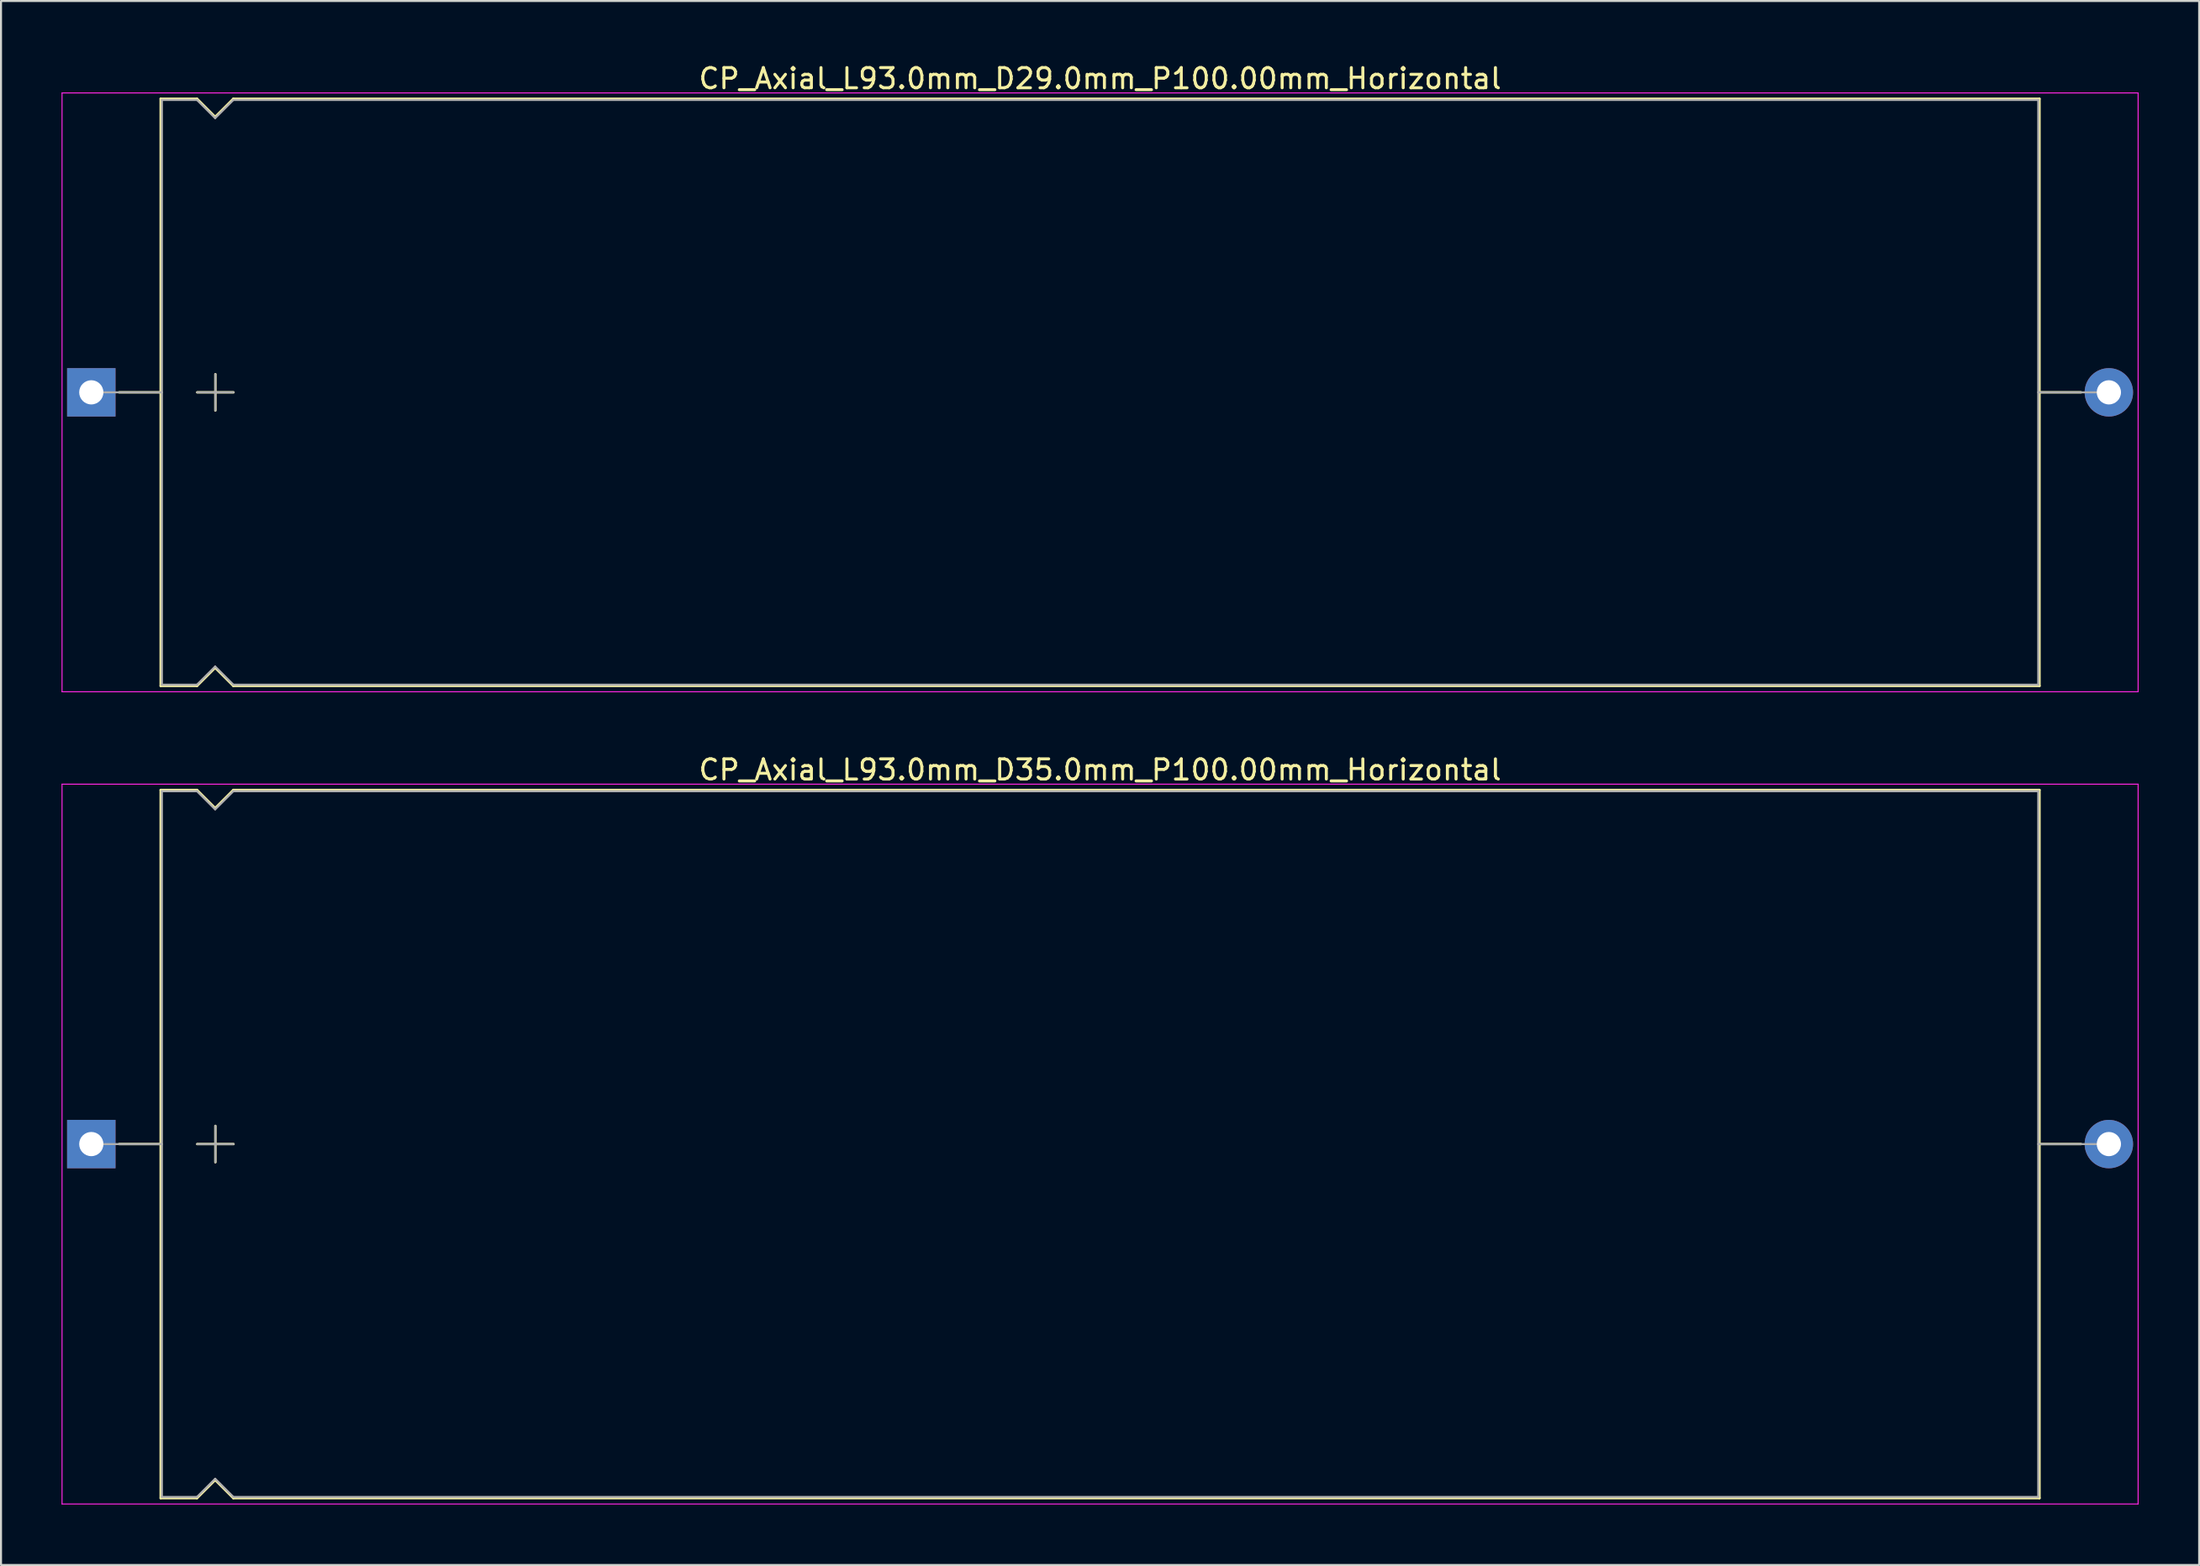
<source format=kicad_pcb>
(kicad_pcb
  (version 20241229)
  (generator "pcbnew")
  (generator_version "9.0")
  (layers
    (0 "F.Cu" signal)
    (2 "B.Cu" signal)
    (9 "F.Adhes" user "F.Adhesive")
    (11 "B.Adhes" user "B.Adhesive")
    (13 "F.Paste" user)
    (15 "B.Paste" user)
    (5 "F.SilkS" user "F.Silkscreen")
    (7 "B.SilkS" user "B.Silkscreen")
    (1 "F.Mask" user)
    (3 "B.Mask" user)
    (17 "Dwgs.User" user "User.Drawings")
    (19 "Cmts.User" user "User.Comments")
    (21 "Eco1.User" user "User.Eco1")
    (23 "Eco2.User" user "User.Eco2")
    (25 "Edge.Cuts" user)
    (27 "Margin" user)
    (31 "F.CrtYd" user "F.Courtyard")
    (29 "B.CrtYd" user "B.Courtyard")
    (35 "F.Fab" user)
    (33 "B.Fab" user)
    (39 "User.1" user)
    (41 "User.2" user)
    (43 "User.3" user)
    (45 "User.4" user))
  (footprint "CP_Axial_L93.0mm_D35.0mm_P100.00mm_Horizontal"
    (layer "F.Cu")
    (at 1.475 53.691)
    (property "Reference" "CP_Axial_L93.0mm_D35.0mm_P100.00mm_Horizontal" (at 50 -18.56 0) (layer "F.SilkS") (effects (font (size 1 1) (thickness 0.15))))
    (attr through_hole)
    (fp_line (start 1.38 0) (end 3.44 0) (stroke (width 0.12) (type solid)) (layer "F.SilkS"))
    (fp_line (start 3.44 -17.56) (end 3.44 17.56) (stroke (width 0.12) (type solid)) (layer "F.SilkS"))
    (fp_line (start 3.44 -17.56) (end 5.24 -17.56) (stroke (width 0.12) (type solid)) (layer "F.SilkS"))
    (fp_line (start 3.44 17.56) (end 5.24 17.56) (stroke (width 0.12) (type solid)) (layer "F.SilkS"))
    (fp_line (start 5.24 -17.56) (end 6.14 -16.66) (stroke (width 0.12) (type solid)) (layer "F.SilkS"))
    (fp_line (start 5.24 17.56) (end 6.14 16.66) (stroke (width 0.12) (type solid)) (layer "F.SilkS"))
    (fp_line (start 5.25 0) (end 7.05 0) (stroke (width 0.12) (type solid)) (layer "F.SilkS"))
    (fp_line (start 6.14 -16.66) (end 7.04 -17.56) (stroke (width 0.12) (type solid)) (layer "F.SilkS"))
    (fp_line (start 6.14 16.66) (end 7.04 17.56) (stroke (width 0.12) (type solid)) (layer "F.SilkS"))
    (fp_line (start 6.15 -0.9) (end 6.15 0.9) (stroke (width 0.12) (type solid)) (layer "F.SilkS"))
    (fp_line (start 7.04 -17.56) (end 96.56 -17.56) (stroke (width 0.12) (type solid)) (layer "F.SilkS"))
    (fp_line (start 7.04 17.56) (end 96.56 17.56) (stroke (width 0.12) (type solid)) (layer "F.SilkS"))
    (fp_line (start 96.56 -17.56) (end 96.56 17.56) (stroke (width 0.12) (type solid)) (layer "F.SilkS"))
    (fp_line (start 98.62 0) (end 96.56 0) (stroke (width 0.12) (type solid)) (layer "F.SilkS"))
    (fp_line (start -1.45 -17.85) (end -1.45 17.85) (stroke (width 0.05) (type solid)) (layer "F.CrtYd"))
    (fp_line (start -1.45 17.85) (end 101.45 17.85) (stroke (width 0.05) (type solid)) (layer "F.CrtYd"))
    (fp_line (start 101.45 -17.85) (end -1.45 -17.85) (stroke (width 0.05) (type solid)) (layer "F.CrtYd"))
    (fp_line (start 101.45 17.85) (end 101.45 -17.85) (stroke (width 0.05) (type solid)) (layer "F.CrtYd"))
    (fp_line (start 0 0) (end 3.5 0) (stroke (width 0.1) (type solid)) (layer "F.Fab"))
    (fp_line (start 3.5 -17.5) (end 3.5 17.5) (stroke (width 0.1) (type solid)) (layer "F.Fab"))
    (fp_line (start 3.5 -17.5) (end 5.24 -17.5) (stroke (width 0.1) (type solid)) (layer "F.Fab"))
    (fp_line (start 3.5 17.5) (end 5.24 17.5) (stroke (width 0.1) (type solid)) (layer "F.Fab"))
    (fp_line (start 5.24 -17.5) (end 6.14 -16.6) (stroke (width 0.1) (type solid)) (layer "F.Fab"))
    (fp_line (start 5.24 17.5) (end 6.14 16.6) (stroke (width 0.1) (type solid)) (layer "F.Fab"))
    (fp_line (start 5.25 0) (end 7.05 0) (stroke (width 0.1) (type solid)) (layer "F.Fab"))
    (fp_line (start 6.14 -16.6) (end 7.04 -17.5) (stroke (width 0.1) (type solid)) (layer "F.Fab"))
    (fp_line (start 6.14 16.6) (end 7.04 17.5) (stroke (width 0.1) (type solid)) (layer "F.Fab"))
    (fp_line (start 6.15 -0.9) (end 6.15 0.9) (stroke (width 0.1) (type solid)) (layer "F.Fab"))
    (fp_line (start 7.04 -17.5) (end 96.5 -17.5) (stroke (width 0.1) (type solid)) (layer "F.Fab"))
    (fp_line (start 7.04 17.5) (end 96.5 17.5) (stroke (width 0.1) (type solid)) (layer "F.Fab"))
    (fp_line (start 96.5 -17.5) (end 96.5 17.5) (stroke (width 0.1) (type solid)) (layer "F.Fab"))
    (fp_line (start 100 0) (end 96.5 0) (stroke (width 0.1) (type solid)) (layer "F.Fab"))
    (pad "1" thru_hole rect (at 0 0) (size 2.4 2.4) (drill 1.2) (layers "*.Cu" "*.Mask"))
    (pad "2" thru_hole oval (at 100 0) (size 2.4 2.4) (drill 1.2) (layers "*.Cu" "*.Mask")))
  (footprint "CP_Axial_L93.0mm_D29.0mm_P100.00mm_Horizontal"
    (layer "F.Cu")
    (at 1.475 16.408)
    (property "Reference" "CP_Axial_L93.0mm_D29.0mm_P100.00mm_Horizontal" (at 50 -15.56 0) (layer "F.SilkS") (effects (font (size 1 1) (thickness 0.15))))
    (attr through_hole)
    (fp_line (start 1.38 0) (end 3.44 0) (stroke (width 0.12) (type solid)) (layer "F.SilkS"))
    (fp_line (start 3.44 -14.56) (end 3.44 14.56) (stroke (width 0.12) (type solid)) (layer "F.SilkS"))
    (fp_line (start 3.44 -14.56) (end 5.24 -14.56) (stroke (width 0.12) (type solid)) (layer "F.SilkS"))
    (fp_line (start 3.44 14.56) (end 5.24 14.56) (stroke (width 0.12) (type solid)) (layer "F.SilkS"))
    (fp_line (start 5.24 -14.56) (end 6.14 -13.66) (stroke (width 0.12) (type solid)) (layer "F.SilkS"))
    (fp_line (start 5.24 14.56) (end 6.14 13.66) (stroke (width 0.12) (type solid)) (layer "F.SilkS"))
    (fp_line (start 5.25 0) (end 7.05 0) (stroke (width 0.12) (type solid)) (layer "F.SilkS"))
    (fp_line (start 6.14 -13.66) (end 7.04 -14.56) (stroke (width 0.12) (type solid)) (layer "F.SilkS"))
    (fp_line (start 6.14 13.66) (end 7.04 14.56) (stroke (width 0.12) (type solid)) (layer "F.SilkS"))
    (fp_line (start 6.15 -0.9) (end 6.15 0.9) (stroke (width 0.12) (type solid)) (layer "F.SilkS"))
    (fp_line (start 7.04 -14.56) (end 96.56 -14.56) (stroke (width 0.12) (type solid)) (layer "F.SilkS"))
    (fp_line (start 7.04 14.56) (end 96.56 14.56) (stroke (width 0.12) (type solid)) (layer "F.SilkS"))
    (fp_line (start 96.56 -14.56) (end 96.56 14.56) (stroke (width 0.12) (type solid)) (layer "F.SilkS"))
    (fp_line (start 98.62 0) (end 96.56 0) (stroke (width 0.12) (type solid)) (layer "F.SilkS"))
    (fp_line (start -1.45 -14.85) (end -1.45 14.85) (stroke (width 0.05) (type solid)) (layer "F.CrtYd"))
    (fp_line (start -1.45 14.85) (end 101.45 14.85) (stroke (width 0.05) (type solid)) (layer "F.CrtYd"))
    (fp_line (start 101.45 -14.85) (end -1.45 -14.85) (stroke (width 0.05) (type solid)) (layer "F.CrtYd"))
    (fp_line (start 101.45 14.85) (end 101.45 -14.85) (stroke (width 0.05) (type solid)) (layer "F.CrtYd"))
    (fp_line (start 0 0) (end 3.5 0) (stroke (width 0.1) (type solid)) (layer "F.Fab"))
    (fp_line (start 3.5 -14.5) (end 3.5 14.5) (stroke (width 0.1) (type solid)) (layer "F.Fab"))
    (fp_line (start 3.5 -14.5) (end 5.24 -14.5) (stroke (width 0.1) (type solid)) (layer "F.Fab"))
    (fp_line (start 3.5 14.5) (end 5.24 14.5) (stroke (width 0.1) (type solid)) (layer "F.Fab"))
    (fp_line (start 5.24 -14.5) (end 6.14 -13.6) (stroke (width 0.1) (type solid)) (layer "F.Fab"))
    (fp_line (start 5.24 14.5) (end 6.14 13.6) (stroke (width 0.1) (type solid)) (layer "F.Fab"))
    (fp_line (start 5.25 0) (end 7.05 0) (stroke (width 0.1) (type solid)) (layer "F.Fab"))
    (fp_line (start 6.14 -13.6) (end 7.04 -14.5) (stroke (width 0.1) (type solid)) (layer "F.Fab"))
    (fp_line (start 6.14 13.6) (end 7.04 14.5) (stroke (width 0.1) (type solid)) (layer "F.Fab"))
    (fp_line (start 6.15 -0.9) (end 6.15 0.9) (stroke (width 0.1) (type solid)) (layer "F.Fab"))
    (fp_line (start 7.04 -14.5) (end 96.5 -14.5) (stroke (width 0.1) (type solid)) (layer "F.Fab"))
    (fp_line (start 7.04 14.5) (end 96.5 14.5) (stroke (width 0.1) (type solid)) (layer "F.Fab"))
    (fp_line (start 96.5 -14.5) (end 96.5 14.5) (stroke (width 0.1) (type solid)) (layer "F.Fab"))
    (fp_line (start 100 0) (end 96.5 0) (stroke (width 0.1) (type solid)) (layer "F.Fab"))
    (pad "1" thru_hole rect (at 0 0) (size 2.4 2.4) (drill 1.2) (layers "*.Cu" "*.Mask"))
    (pad "2" thru_hole oval (at 100 0) (size 2.4 2.4) (drill 1.2) (layers "*.Cu" "*.Mask")))
  (gr_rect
    (start -3 -3)
    (end 105.95 74.567)
    (stroke (width 0.1) (type default))
    (fill no)
    (layer "Edge.Cuts")))
</source>
